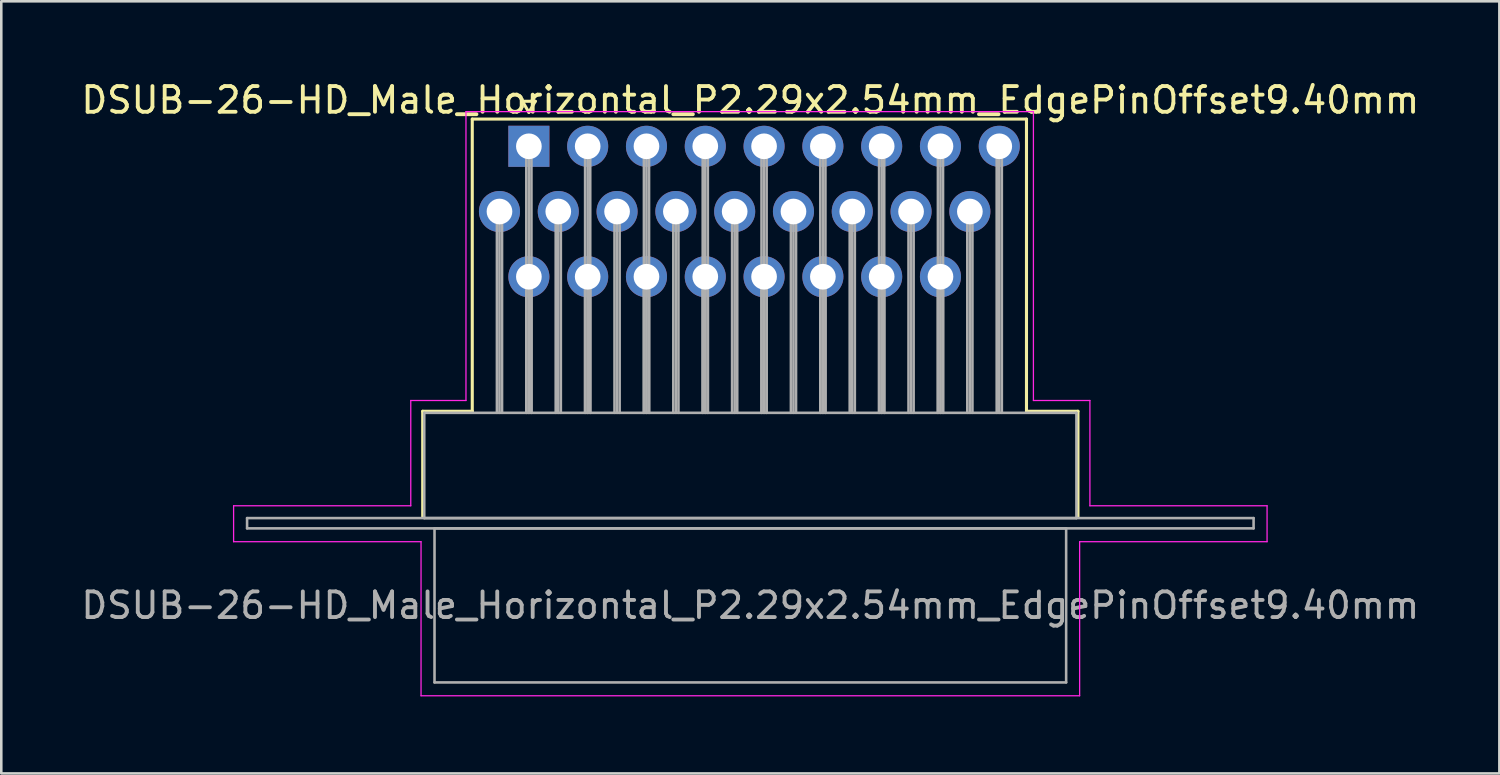
<source format=kicad_pcb>
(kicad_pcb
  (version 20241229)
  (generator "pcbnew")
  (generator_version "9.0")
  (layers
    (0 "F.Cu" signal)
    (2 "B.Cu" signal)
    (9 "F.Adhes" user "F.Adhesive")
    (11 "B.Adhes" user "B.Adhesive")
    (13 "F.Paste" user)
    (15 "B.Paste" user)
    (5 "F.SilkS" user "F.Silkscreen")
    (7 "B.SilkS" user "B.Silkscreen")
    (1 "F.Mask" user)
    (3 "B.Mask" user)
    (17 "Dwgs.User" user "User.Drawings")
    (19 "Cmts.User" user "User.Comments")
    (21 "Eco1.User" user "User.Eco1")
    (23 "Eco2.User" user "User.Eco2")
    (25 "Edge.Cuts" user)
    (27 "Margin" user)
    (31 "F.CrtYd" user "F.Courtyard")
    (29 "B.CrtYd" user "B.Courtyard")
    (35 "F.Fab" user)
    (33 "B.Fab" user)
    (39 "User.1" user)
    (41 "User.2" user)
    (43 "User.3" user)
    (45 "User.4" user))
  (footprint "DSUB-26-HD_Male_Horizontal_P2.29x2.54mm_EdgePinOffset9.40mm"
    (layer "F.Cu")
    (at 17.548 2.648)
    (property "Reference" "DSUB-26-HD_Male_Horizontal_P2.29x2.54mm_EdgePinOffset9.40mm" (at 8.625 -1.8 0) (layer "F.SilkS") (effects (font (size 1 1) (thickness 0.15))))
    (attr through_hole)
    (fp_line (start -4.135 10.32) (end -2.205 10.32) (stroke (width 0.12) (type solid)) (layer "F.SilkS"))
    (fp_line (start -4.135 14.42) (end -4.135 10.32) (stroke (width 0.12) (type solid)) (layer "F.SilkS"))
    (fp_line (start -2.205 -1.06) (end 19.38 -1.06) (stroke (width 0.12) (type solid)) (layer "F.SilkS"))
    (fp_line (start -2.205 10.32) (end -2.205 -1.06) (stroke (width 0.12) (type solid)) (layer "F.SilkS"))
    (fp_line (start -0.25 -1.754) (end 0.25 -1.754) (stroke (width 0.12) (type solid)) (layer "F.SilkS"))
    (fp_line (start 0 -1.321) (end -0.25 -1.754) (stroke (width 0.12) (type solid)) (layer "F.SilkS"))
    (fp_line (start 0.25 -1.754) (end 0 -1.321) (stroke (width 0.12) (type solid)) (layer "F.SilkS"))
    (fp_line (start 19.38 -1.06) (end 19.38 10.32) (stroke (width 0.12) (type solid)) (layer "F.SilkS"))
    (fp_line (start 19.38 10.32) (end 21.385 10.32) (stroke (width 0.12) (type solid)) (layer "F.SilkS"))
    (fp_line (start 21.385 10.32) (end 21.385 14.42) (stroke (width 0.12) (type solid)) (layer "F.SilkS"))
    (fp_line (start -11.5 14) (end -4.6 14) (stroke (width 0.05) (type solid)) (layer "F.CrtYd"))
    (fp_line (start -11.5 15.4) (end -11.5 14) (stroke (width 0.05) (type solid)) (layer "F.CrtYd"))
    (fp_line (start -4.6 9.9) (end -2.45 9.9) (stroke (width 0.05) (type solid)) (layer "F.CrtYd"))
    (fp_line (start -4.6 14) (end -4.6 9.9) (stroke (width 0.05) (type solid)) (layer "F.CrtYd"))
    (fp_line (start -4.2 15.4) (end -11.5 15.4) (stroke (width 0.05) (type solid)) (layer "F.CrtYd"))
    (fp_line (start -4.2 21.4) (end -4.2 15.4) (stroke (width 0.05) (type solid)) (layer "F.CrtYd"))
    (fp_line (start -2.45 -1.35) (end 19.65 -1.35) (stroke (width 0.05) (type solid)) (layer "F.CrtYd"))
    (fp_line (start -2.45 9.9) (end -2.45 -1.35) (stroke (width 0.05) (type solid)) (layer "F.CrtYd"))
    (fp_line (start 19.65 -1.35) (end 19.65 9.9) (stroke (width 0.05) (type solid)) (layer "F.CrtYd"))
    (fp_line (start 19.65 9.9) (end 21.85 9.9) (stroke (width 0.05) (type solid)) (layer "F.CrtYd"))
    (fp_line (start 21.45 15.4) (end 21.45 21.4) (stroke (width 0.05) (type solid)) (layer "F.CrtYd"))
    (fp_line (start 21.45 21.4) (end -4.2 21.4) (stroke (width 0.05) (type solid)) (layer "F.CrtYd"))
    (fp_line (start 21.85 9.9) (end 21.85 14) (stroke (width 0.05) (type solid)) (layer "F.CrtYd"))
    (fp_line (start 21.85 14) (end 28.75 14) (stroke (width 0.05) (type solid)) (layer "F.CrtYd"))
    (fp_line (start 28.75 14) (end 28.75 15.4) (stroke (width 0.05) (type solid)) (layer "F.CrtYd"))
    (fp_line (start 28.75 15.4) (end 21.45 15.4) (stroke (width 0.05) (type solid)) (layer "F.CrtYd"))
    (fp_line (start -10.975 14.48) (end -10.975 14.88) (stroke (width 0.1) (type solid)) (layer "F.Fab"))
    (fp_line (start -10.975 14.88) (end 28.225 14.88) (stroke (width 0.1) (type solid)) (layer "F.Fab"))
    (fp_line (start -4.075 10.38) (end -4.075 14.48) (stroke (width 0.1) (type solid)) (layer "F.Fab"))
    (fp_line (start -4.075 14.48) (end 21.325 14.48) (stroke (width 0.1) (type solid)) (layer "F.Fab"))
    (fp_line (start -3.675 14.88) (end -3.675 20.88) (stroke (width 0.1) (type solid)) (layer "F.Fab"))
    (fp_line (start -3.675 20.88) (end 20.925 20.88) (stroke (width 0.1) (type solid)) (layer "F.Fab"))
    (fp_line (start -1.245 2.54) (end -1.245 10.38) (stroke (width 0.1) (type solid)) (layer "F.Fab"))
    (fp_line (start -1.145 2.54) (end -1.145 10.38) (stroke (width 0.1) (type solid)) (layer "F.Fab"))
    (fp_line (start -1.045 2.54) (end -1.045 10.38) (stroke (width 0.1) (type solid)) (layer "F.Fab"))
    (fp_line (start -0.1 0) (end -0.1 10.38) (stroke (width 0.1) (type solid)) (layer "F.Fab"))
    (fp_line (start -0.1 5.08) (end -0.1 10.38) (stroke (width 0.1) (type solid)) (layer "F.Fab"))
    (fp_line (start 0 0) (end 0 10.38) (stroke (width 0.1) (type solid)) (layer "F.Fab"))
    (fp_line (start 0 5.08) (end 0 10.38) (stroke (width 0.1) (type solid)) (layer "F.Fab"))
    (fp_line (start 0.1 0) (end 0.1 10.38) (stroke (width 0.1) (type solid)) (layer "F.Fab"))
    (fp_line (start 0.1 5.08) (end 0.1 10.38) (stroke (width 0.1) (type solid)) (layer "F.Fab"))
    (fp_line (start 1.045 2.54) (end 1.045 10.38) (stroke (width 0.1) (type solid)) (layer "F.Fab"))
    (fp_line (start 1.145 2.54) (end 1.145 10.38) (stroke (width 0.1) (type solid)) (layer "F.Fab"))
    (fp_line (start 1.245 2.54) (end 1.245 10.38) (stroke (width 0.1) (type solid)) (layer "F.Fab"))
    (fp_line (start 2.19 0) (end 2.19 10.38) (stroke (width 0.1) (type solid)) (layer "F.Fab"))
    (fp_line (start 2.19 5.08) (end 2.19 10.38) (stroke (width 0.1) (type solid)) (layer "F.Fab"))
    (fp_line (start 2.29 0) (end 2.29 10.38) (stroke (width 0.1) (type solid)) (layer "F.Fab"))
    (fp_line (start 2.29 5.08) (end 2.29 10.38) (stroke (width 0.1) (type solid)) (layer "F.Fab"))
    (fp_line (start 2.39 0) (end 2.39 10.38) (stroke (width 0.1) (type solid)) (layer "F.Fab"))
    (fp_line (start 2.39 5.08) (end 2.39 10.38) (stroke (width 0.1) (type solid)) (layer "F.Fab"))
    (fp_line (start 3.335 2.54) (end 3.335 10.38) (stroke (width 0.1) (type solid)) (layer "F.Fab"))
    (fp_line (start 3.435 2.54) (end 3.435 10.38) (stroke (width 0.1) (type solid)) (layer "F.Fab"))
    (fp_line (start 3.535 2.54) (end 3.535 10.38) (stroke (width 0.1) (type solid)) (layer "F.Fab"))
    (fp_line (start 4.48 0) (end 4.48 10.38) (stroke (width 0.1) (type solid)) (layer "F.Fab"))
    (fp_line (start 4.48 5.08) (end 4.48 10.38) (stroke (width 0.1) (type solid)) (layer "F.Fab"))
    (fp_line (start 4.58 0) (end 4.58 10.38) (stroke (width 0.1) (type solid)) (layer "F.Fab"))
    (fp_line (start 4.58 5.08) (end 4.58 10.38) (stroke (width 0.1) (type solid)) (layer "F.Fab"))
    (fp_line (start 4.68 0) (end 4.68 10.38) (stroke (width 0.1) (type solid)) (layer "F.Fab"))
    (fp_line (start 4.68 5.08) (end 4.68 10.38) (stroke (width 0.1) (type solid)) (layer "F.Fab"))
    (fp_line (start 5.625 2.54) (end 5.625 10.38) (stroke (width 0.1) (type solid)) (layer "F.Fab"))
    (fp_line (start 5.725 2.54) (end 5.725 10.38) (stroke (width 0.1) (type solid)) (layer "F.Fab"))
    (fp_line (start 5.825 2.54) (end 5.825 10.38) (stroke (width 0.1) (type solid)) (layer "F.Fab"))
    (fp_line (start 6.77 0) (end 6.77 10.38) (stroke (width 0.1) (type solid)) (layer "F.Fab"))
    (fp_line (start 6.77 5.08) (end 6.77 10.38) (stroke (width 0.1) (type solid)) (layer "F.Fab"))
    (fp_line (start 6.87 0) (end 6.87 10.38) (stroke (width 0.1) (type solid)) (layer "F.Fab"))
    (fp_line (start 6.87 5.08) (end 6.87 10.38) (stroke (width 0.1) (type solid)) (layer "F.Fab"))
    (fp_line (start 6.97 0) (end 6.97 10.38) (stroke (width 0.1) (type solid)) (layer "F.Fab"))
    (fp_line (start 6.97 5.08) (end 6.97 10.38) (stroke (width 0.1) (type solid)) (layer "F.Fab"))
    (fp_line (start 7.915 2.54) (end 7.915 10.38) (stroke (width 0.1) (type solid)) (layer "F.Fab"))
    (fp_line (start 8.015 2.54) (end 8.015 10.38) (stroke (width 0.1) (type solid)) (layer "F.Fab"))
    (fp_line (start 8.115 2.54) (end 8.115 10.38) (stroke (width 0.1) (type solid)) (layer "F.Fab"))
    (fp_line (start 9.06 0) (end 9.06 10.38) (stroke (width 0.1) (type solid)) (layer "F.Fab"))
    (fp_line (start 9.06 5.08) (end 9.06 10.38) (stroke (width 0.1) (type solid)) (layer "F.Fab"))
    (fp_line (start 9.16 0) (end 9.16 10.38) (stroke (width 0.1) (type solid)) (layer "F.Fab"))
    (fp_line (start 9.16 5.08) (end 9.16 10.38) (stroke (width 0.1) (type solid)) (layer "F.Fab"))
    (fp_line (start 9.26 0) (end 9.26 10.38) (stroke (width 0.1) (type solid)) (layer "F.Fab"))
    (fp_line (start 9.26 5.08) (end 9.26 10.38) (stroke (width 0.1) (type solid)) (layer "F.Fab"))
    (fp_line (start 10.205 2.54) (end 10.205 10.38) (stroke (width 0.1) (type solid)) (layer "F.Fab"))
    (fp_line (start 10.305 2.54) (end 10.305 10.38) (stroke (width 0.1) (type solid)) (layer "F.Fab"))
    (fp_line (start 10.405 2.54) (end 10.405 10.38) (stroke (width 0.1) (type solid)) (layer "F.Fab"))
    (fp_line (start 11.35 0) (end 11.35 10.38) (stroke (width 0.1) (type solid)) (layer "F.Fab"))
    (fp_line (start 11.35 5.08) (end 11.35 10.38) (stroke (width 0.1) (type solid)) (layer "F.Fab"))
    (fp_line (start 11.45 0) (end 11.45 10.38) (stroke (width 0.1) (type solid)) (layer "F.Fab"))
    (fp_line (start 11.45 5.08) (end 11.45 10.38) (stroke (width 0.1) (type solid)) (layer "F.Fab"))
    (fp_line (start 11.55 0) (end 11.55 10.38) (stroke (width 0.1) (type solid)) (layer "F.Fab"))
    (fp_line (start 11.55 5.08) (end 11.55 10.38) (stroke (width 0.1) (type solid)) (layer "F.Fab"))
    (fp_line (start 12.495 2.54) (end 12.495 10.38) (stroke (width 0.1) (type solid)) (layer "F.Fab"))
    (fp_line (start 12.595 2.54) (end 12.595 10.38) (stroke (width 0.1) (type solid)) (layer "F.Fab"))
    (fp_line (start 12.695 2.54) (end 12.695 10.38) (stroke (width 0.1) (type solid)) (layer "F.Fab"))
    (fp_line (start 13.64 0) (end 13.64 10.38) (stroke (width 0.1) (type solid)) (layer "F.Fab"))
    (fp_line (start 13.64 5.08) (end 13.64 10.38) (stroke (width 0.1) (type solid)) (layer "F.Fab"))
    (fp_line (start 13.74 0) (end 13.74 10.38) (stroke (width 0.1) (type solid)) (layer "F.Fab"))
    (fp_line (start 13.74 5.08) (end 13.74 10.38) (stroke (width 0.1) (type solid)) (layer "F.Fab"))
    (fp_line (start 13.84 0) (end 13.84 10.38) (stroke (width 0.1) (type solid)) (layer "F.Fab"))
    (fp_line (start 13.84 5.08) (end 13.84 10.38) (stroke (width 0.1) (type solid)) (layer "F.Fab"))
    (fp_line (start 14.785 2.54) (end 14.785 10.38) (stroke (width 0.1) (type solid)) (layer "F.Fab"))
    (fp_line (start 14.885 2.54) (end 14.885 10.38) (stroke (width 0.1) (type solid)) (layer "F.Fab"))
    (fp_line (start 14.985 2.54) (end 14.985 10.38) (stroke (width 0.1) (type solid)) (layer "F.Fab"))
    (fp_line (start 15.93 0) (end 15.93 10.38) (stroke (width 0.1) (type solid)) (layer "F.Fab"))
    (fp_line (start 15.93 5.08) (end 15.93 10.38) (stroke (width 0.1) (type solid)) (layer "F.Fab"))
    (fp_line (start 16.03 0) (end 16.03 10.38) (stroke (width 0.1) (type solid)) (layer "F.Fab"))
    (fp_line (start 16.03 5.08) (end 16.03 10.38) (stroke (width 0.1) (type solid)) (layer "F.Fab"))
    (fp_line (start 16.13 0) (end 16.13 10.38) (stroke (width 0.1) (type solid)) (layer "F.Fab"))
    (fp_line (start 16.13 5.08) (end 16.13 10.38) (stroke (width 0.1) (type solid)) (layer "F.Fab"))
    (fp_line (start 17.075 2.54) (end 17.075 10.38) (stroke (width 0.1) (type solid)) (layer "F.Fab"))
    (fp_line (start 17.175 2.54) (end 17.175 10.38) (stroke (width 0.1) (type solid)) (layer "F.Fab"))
    (fp_line (start 17.275 2.54) (end 17.275 10.38) (stroke (width 0.1) (type solid)) (layer "F.Fab"))
    (fp_line (start 18.22 0) (end 18.22 10.38) (stroke (width 0.1) (type solid)) (layer "F.Fab"))
    (fp_line (start 18.32 0) (end 18.32 10.38) (stroke (width 0.1) (type solid)) (layer "F.Fab"))
    (fp_line (start 18.42 0) (end 18.42 10.38) (stroke (width 0.1) (type solid)) (layer "F.Fab"))
    (fp_line (start 20.925 14.88) (end -3.675 14.88) (stroke (width 0.1) (type solid)) (layer "F.Fab"))
    (fp_line (start 20.925 20.88) (end 20.925 14.88) (stroke (width 0.1) (type solid)) (layer "F.Fab"))
    (fp_line (start 21.325 10.38) (end -4.075 10.38) (stroke (width 0.1) (type solid)) (layer "F.Fab"))
    (fp_line (start 21.325 14.48) (end 21.325 10.38) (stroke (width 0.1) (type solid)) (layer "F.Fab"))
    (fp_line (start 28.225 14.48) (end -10.975 14.48) (stroke (width 0.1) (type solid)) (layer "F.Fab"))
    (fp_line (start 28.225 14.88) (end 28.225 14.48) (stroke (width 0.1) (type solid)) (layer "F.Fab"))
    (fp_text user "${REFERENCE}" (at 8.625 17.88 0) (layer "F.Fab") (effects (font (size 1 1) (thickness 0.15))))
    (pad "1" thru_hole rect (at 0 0) (size 1.6 1.6) (drill 1) (layers "*.Cu" "*.Mask"))
    (pad "2" thru_hole circle (at 2.29 0) (size 1.6 1.6) (drill 1) (layers "*.Cu" "*.Mask"))
    (pad "3" thru_hole circle (at 4.58 0) (size 1.6 1.6) (drill 1) (layers "*.Cu" "*.Mask"))
    (pad "4" thru_hole circle (at 6.87 0) (size 1.6 1.6) (drill 1) (layers "*.Cu" "*.Mask"))
    (pad "5" thru_hole circle (at 9.16 0) (size 1.6 1.6) (drill 1) (layers "*.Cu" "*.Mask"))
    (pad "6" thru_hole circle (at 11.45 0) (size 1.6 1.6) (drill 1) (layers "*.Cu" "*.Mask"))
    (pad "7" thru_hole circle (at 13.74 0) (size 1.6 1.6) (drill 1) (layers "*.Cu" "*.Mask"))
    (pad "8" thru_hole circle (at 16.03 0) (size 1.6 1.6) (drill 1) (layers "*.Cu" "*.Mask"))
    (pad "9" thru_hole circle (at 18.32 0) (size 1.6 1.6) (drill 1) (layers "*.Cu" "*.Mask"))
    (pad "10" thru_hole circle (at -1.145 2.54) (size 1.6 1.6) (drill 1) (layers "*.Cu" "*.Mask"))
    (pad "11" thru_hole circle (at 1.145 2.54) (size 1.6 1.6) (drill 1) (layers "*.Cu" "*.Mask"))
    (pad "12" thru_hole circle (at 3.435 2.54) (size 1.6 1.6) (drill 1) (layers "*.Cu" "*.Mask"))
    (pad "13" thru_hole circle (at 5.725 2.54) (size 1.6 1.6) (drill 1) (layers "*.Cu" "*.Mask"))
    (pad "14" thru_hole circle (at 8.015 2.54) (size 1.6 1.6) (drill 1) (layers "*.Cu" "*.Mask"))
    (pad "15" thru_hole circle (at 10.305 2.54) (size 1.6 1.6) (drill 1) (layers "*.Cu" "*.Mask"))
    (pad "16" thru_hole circle (at 12.595 2.54) (size 1.6 1.6) (drill 1) (layers "*.Cu" "*.Mask"))
    (pad "17" thru_hole circle (at 14.885 2.54) (size 1.6 1.6) (drill 1) (layers "*.Cu" "*.Mask"))
    (pad "18" thru_hole circle (at 17.175 2.54) (size 1.6 1.6) (drill 1) (layers "*.Cu" "*.Mask"))
    (pad "19" thru_hole circle (at 0 5.08) (size 1.6 1.6) (drill 1) (layers "*.Cu" "*.Mask"))
    (pad "20" thru_hole circle (at 2.29 5.08) (size 1.6 1.6) (drill 1) (layers "*.Cu" "*.Mask"))
    (pad "21" thru_hole circle (at 4.58 5.08) (size 1.6 1.6) (drill 1) (layers "*.Cu" "*.Mask"))
    (pad "22" thru_hole circle (at 6.87 5.08) (size 1.6 1.6) (drill 1) (layers "*.Cu" "*.Mask"))
    (pad "23" thru_hole circle (at 9.16 5.08) (size 1.6 1.6) (drill 1) (layers "*.Cu" "*.Mask"))
    (pad "24" thru_hole circle (at 11.45 5.08) (size 1.6 1.6) (drill 1) (layers "*.Cu" "*.Mask"))
    (pad "25" thru_hole circle (at 13.74 5.08) (size 1.6 1.6) (drill 1) (layers "*.Cu" "*.Mask"))
    (pad "26" thru_hole circle (at 16.03 5.08) (size 1.6 1.6) (drill 1) (layers "*.Cu" "*.Mask")))
  (gr_rect
    (start -3 -3)
    (end 55.345 27.073)
    (stroke (width 0.1) (type default))
    (fill no)
    (layer "Edge.Cuts")))
</source>
